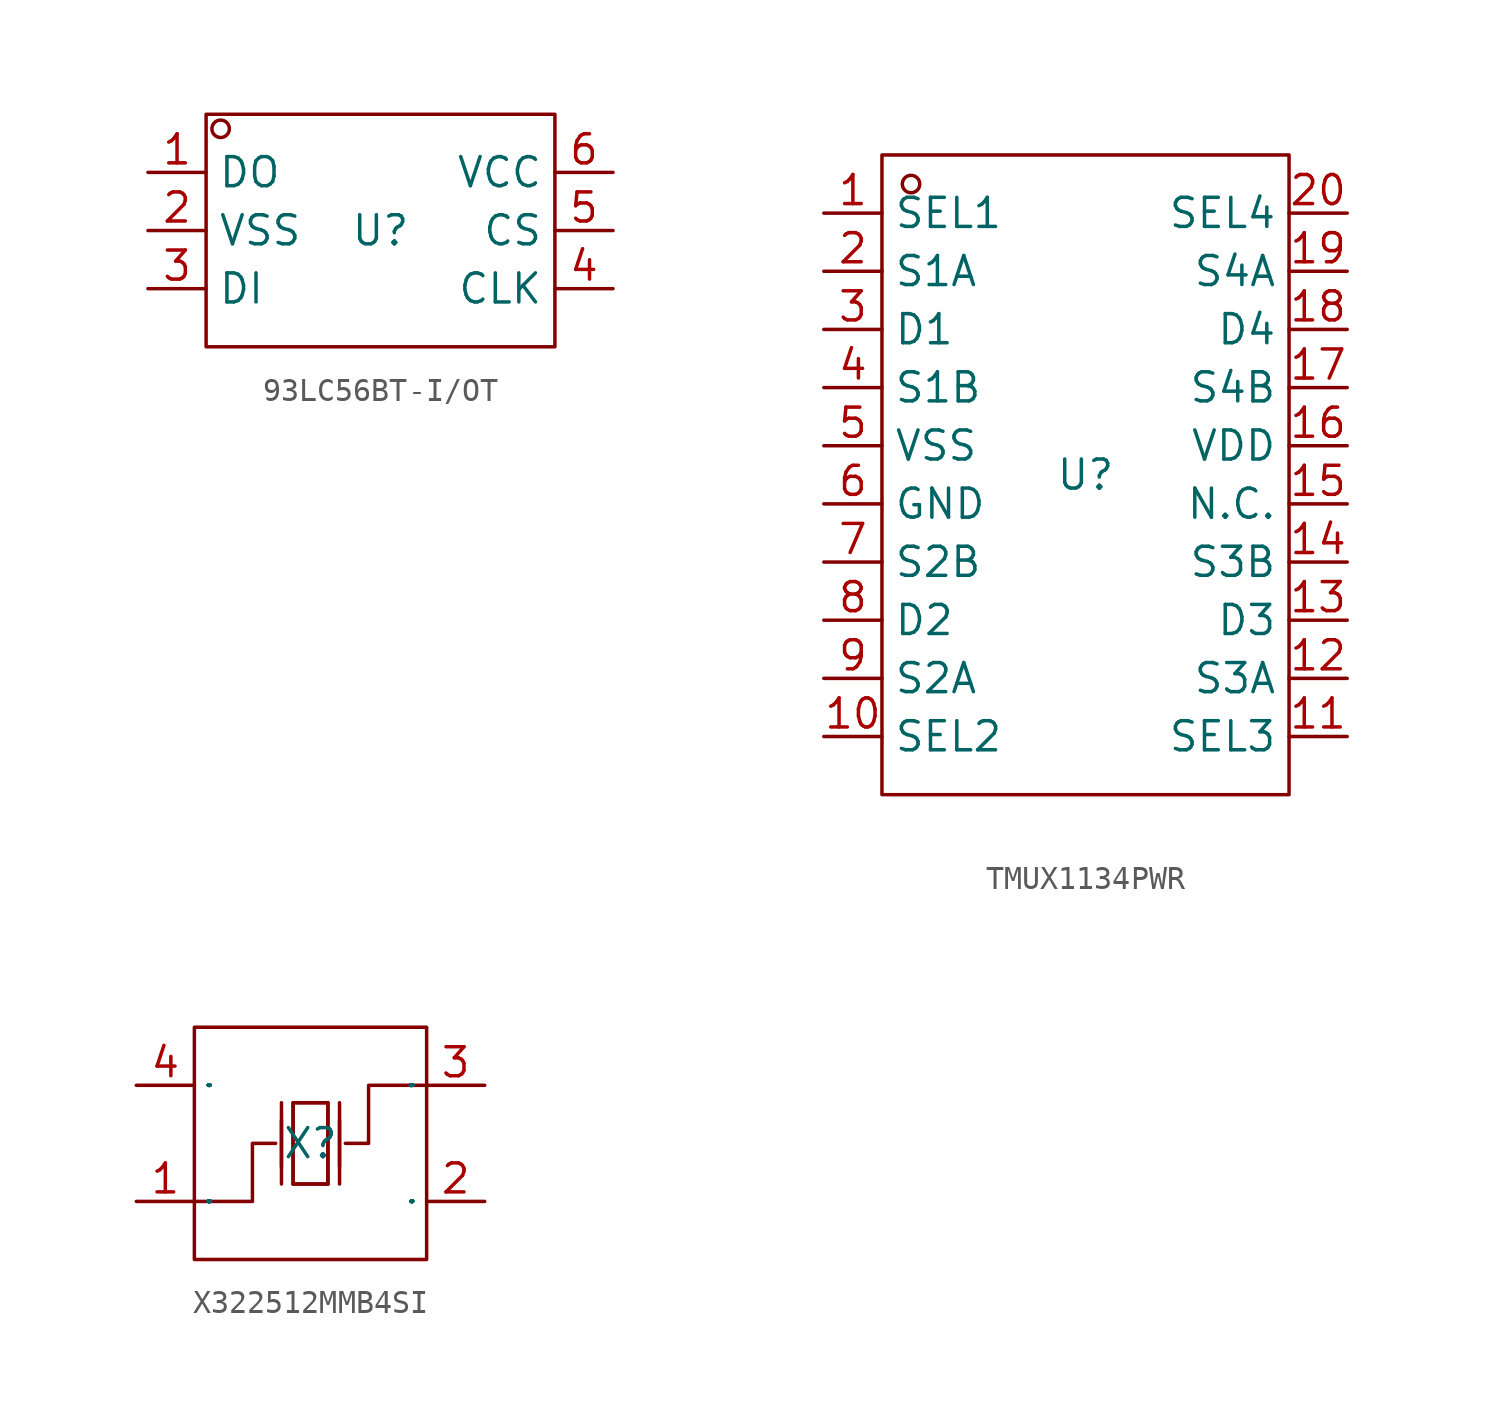
<source format=kicad_sym>
(kicad_symbol_lib
  (version 20241209)
  (generator "kicad_symbol_editor")
  (generator_version "9.0")
  (symbol "93LC56BT-I/OT"
    (property "Reference" "U"
      (at 0 0 0)
      (effects (font (size 1.27 1.27))))
    (property "Value" ""
      (at 0 0 0)
      (effects (font (size 1.27 1.27))))
    (symbol "93LC56BT-I/OT_1_0"
      (rectangle (start -7.62 -5.08) (end 7.62 5.08) (stroke (width 0) (type default)) (fill (type none)))
      (circle (center -6.985 4.445) (radius 0.381) (stroke (width 0) (type default)) (fill (type none)))
      (pin unspecified line (at -10.16 2.54 0) (length 2.54) (name "DO" (effects (font (size 1.27 1.27)))) (number "1" (effects (font (size 1.27 1.27)))))
      (pin unspecified line (at -10.16 0 0) (length 2.54) (name "VSS" (effects (font (size 1.27 1.27)))) (number "2" (effects (font (size 1.27 1.27)))))
      (pin unspecified line (at -10.16 -2.54 0) (length 2.54) (name "DI" (effects (font (size 1.27 1.27)))) (number "3" (effects (font (size 1.27 1.27)))))
      (pin unspecified line (at 10.16 2.54 180) (length 2.54) (name "VCC" (effects (font (size 1.27 1.27)))) (number "6" (effects (font (size 1.27 1.27)))))
      (pin unspecified line (at 10.16 0 180) (length 2.54) (name "CS" (effects (font (size 1.27 1.27)))) (number "5" (effects (font (size 1.27 1.27)))))
      (pin unspecified line (at 10.16 -2.54 180) (length 2.54) (name "CLK" (effects (font (size 1.27 1.27)))) (number "4" (effects (font (size 1.27 1.27)))))))
  (symbol "TMUX1134PWR"
    (property "Reference" "U"
      (at 0 0 0)
      (effects (font (size 1.27 1.27))))
    (property "Value" ""
      (at 0 0 0)
      (effects (font (size 1.27 1.27))))
    (symbol "TMUX1134PWR_1_0"
      (rectangle (start -8.89 -13.97) (end 8.89 13.97) (stroke (width 0) (type default)) (fill (type none)))
      (circle (center -7.62 12.7) (radius 0.381) (stroke (width 0) (type default)) (fill (type none)))
      (pin unspecified line (at -11.43 11.43 0) (length 2.54) (name "SEL1" (effects (font (size 1.27 1.27)))) (number "1" (effects (font (size 1.27 1.27)))))
      (pin unspecified line (at -11.43 8.89 0) (length 2.54) (name "S1A" (effects (font (size 1.27 1.27)))) (number "2" (effects (font (size 1.27 1.27)))))
      (pin unspecified line (at -11.43 6.35 0) (length 2.54) (name "D1" (effects (font (size 1.27 1.27)))) (number "3" (effects (font (size 1.27 1.27)))))
      (pin unspecified line (at -11.43 3.81 0) (length 2.54) (name "S1B" (effects (font (size 1.27 1.27)))) (number "4" (effects (font (size 1.27 1.27)))))
      (pin unspecified line (at -11.43 1.27 0) (length 2.54) (name "VSS" (effects (font (size 1.27 1.27)))) (number "5" (effects (font (size 1.27 1.27)))))
      (pin unspecified line (at -11.43 -1.27 0) (length 2.54) (name "GND" (effects (font (size 1.27 1.27)))) (number "6" (effects (font (size 1.27 1.27)))))
      (pin unspecified line (at -11.43 -3.81 0) (length 2.54) (name "S2B" (effects (font (size 1.27 1.27)))) (number "7" (effects (font (size 1.27 1.27)))))
      (pin unspecified line (at -11.43 -6.35 0) (length 2.54) (name "D2" (effects (font (size 1.27 1.27)))) (number "8" (effects (font (size 1.27 1.27)))))
      (pin unspecified line (at -11.43 -8.89 0) (length 2.54) (name "S2A" (effects (font (size 1.27 1.27)))) (number "9" (effects (font (size 1.27 1.27)))))
      (pin unspecified line (at -11.43 -11.43 0) (length 2.54) (name "SEL2" (effects (font (size 1.27 1.27)))) (number "10" (effects (font (size 1.27 1.27)))))
      (pin unspecified line (at 11.43 11.43 180) (length 2.54) (name "SEL4" (effects (font (size 1.27 1.27)))) (number "20" (effects (font (size 1.27 1.27)))))
      (pin unspecified line (at 11.43 8.89 180) (length 2.54) (name "S4A" (effects (font (size 1.27 1.27)))) (number "19" (effects (font (size 1.27 1.27)))))
      (pin unspecified line (at 11.43 6.35 180) (length 2.54) (name "D4" (effects (font (size 1.27 1.27)))) (number "18" (effects (font (size 1.27 1.27)))))
      (pin unspecified line (at 11.43 3.81 180) (length 2.54) (name "S4B" (effects (font (size 1.27 1.27)))) (number "17" (effects (font (size 1.27 1.27)))))
      (pin unspecified line (at 11.43 1.27 180) (length 2.54) (name "VDD" (effects (font (size 1.27 1.27)))) (number "16" (effects (font (size 1.27 1.27)))))
      (pin unspecified line (at 11.43 -1.27 180) (length 2.54) (name "N.C." (effects (font (size 1.27 1.27)))) (number "15" (effects (font (size 1.27 1.27)))))
      (pin unspecified line (at 11.43 -3.81 180) (length 2.54) (name "S3B" (effects (font (size 1.27 1.27)))) (number "14" (effects (font (size 1.27 1.27)))))
      (pin unspecified line (at 11.43 -6.35 180) (length 2.54) (name "D3" (effects (font (size 1.27 1.27)))) (number "13" (effects (font (size 1.27 1.27)))))
      (pin unspecified line (at 11.43 -8.89 180) (length 2.54) (name "S3A" (effects (font (size 1.27 1.27)))) (number "12" (effects (font (size 1.27 1.27)))))
      (pin unspecified line (at 11.43 -11.43 180) (length 2.54) (name "SEL3" (effects (font (size 1.27 1.27)))) (number "11" (effects (font (size 1.27 1.27)))))))
  (symbol "X322512MMB4SI"
    (property "Reference" "X"
      (at 0 0 0)
      (effects (font (size 1.27 1.27))))
    (symbol "X322512MMB4SI_1_0"
      (rectangle (start -5.08 5.08) (end 5.08 -5.08) (stroke (width 0) (type default)) (fill (type none)))
      (polyline (pts (xy -5.08 -2.54) (xy -2.54 -2.54) (xy -2.54 -2.54) (xy -2.54 0) (xy -2.54 0) (xy -1.524 0)) (stroke (width 0) (type default)) (fill (type none)))
      (polyline (pts (xy -1.27 -1.016) (xy -1.27 1.016)) (stroke (width 0) (type default)) (fill (type none)))
      (polyline (pts (xy -1.27 -1.778) (xy -1.27 1.778)) (stroke (width 0) (type default)) (fill (type none)))
      (polyline (pts (xy -0.762 -1.778) (xy -0.762 1.778) (xy -0.762 1.778) (xy 0.762 1.778) (xy 0.762 1.778) (xy 0.762 -1.778)) (stroke (width 0) (type default)) (fill (type none)))
      (polyline (pts (xy 0.762 1.778) (xy 0.762 -1.778) (xy 0.762 -1.778) (xy -0.762 -1.778) (xy -0.762 -1.778) (xy -0.762 1.778) (xy -0.762 1.778) (xy 0.762 1.778)) (stroke (width 0) (type default)) (fill (type none)))
      (polyline (pts (xy 0.762 -1.778) (xy -0.762 -1.778)) (stroke (width 0) (type default)) (fill (type none)))
      (polyline (pts (xy 1.27 -1.016) (xy 1.27 1.016)) (stroke (width 0) (type default)) (fill (type none)))
      (polyline (pts (xy 1.27 -1.778) (xy 1.27 1.778)) (stroke (width 0) (type default)) (fill (type none)))
      (polyline (pts (xy 5.08 2.54) (xy 2.54 2.54) (xy 2.54 2.54) (xy 2.54 0) (xy 2.54 0) (xy 1.524 0)) (stroke (width 0) (type default)) (fill (type none)))
      (pin unspecified line (at -7.62 2.54 0) (length 2.54) (name "GND" (effects (font (size 0.025 0.025)))) (number "4" (effects (font (size 1.27 1.27)))))
      (pin unspecified line (at -7.62 -2.54 0) (length 2.54) (name "OSC1" (effects (font (size 0.025 0.025)))) (number "1" (effects (font (size 1.27 1.27)))))
      (pin unspecified line (at 7.62 2.54 180) (length 2.54) (name "OSC2" (effects (font (size 0.025 0.025)))) (number "3" (effects (font (size 1.27 1.27)))))
      (pin unspecified line (at 7.62 -2.54 180) (length 2.54) (name "GND" (effects (font (size 0.025 0.025)))) (number "2" (effects (font (size 1.27 1.27))))))))
</source>
